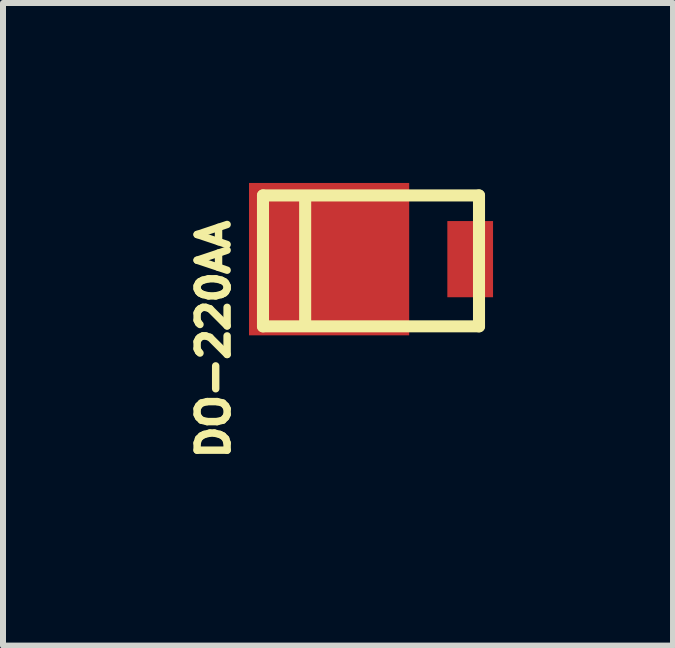
<source format=kicad_pcb>
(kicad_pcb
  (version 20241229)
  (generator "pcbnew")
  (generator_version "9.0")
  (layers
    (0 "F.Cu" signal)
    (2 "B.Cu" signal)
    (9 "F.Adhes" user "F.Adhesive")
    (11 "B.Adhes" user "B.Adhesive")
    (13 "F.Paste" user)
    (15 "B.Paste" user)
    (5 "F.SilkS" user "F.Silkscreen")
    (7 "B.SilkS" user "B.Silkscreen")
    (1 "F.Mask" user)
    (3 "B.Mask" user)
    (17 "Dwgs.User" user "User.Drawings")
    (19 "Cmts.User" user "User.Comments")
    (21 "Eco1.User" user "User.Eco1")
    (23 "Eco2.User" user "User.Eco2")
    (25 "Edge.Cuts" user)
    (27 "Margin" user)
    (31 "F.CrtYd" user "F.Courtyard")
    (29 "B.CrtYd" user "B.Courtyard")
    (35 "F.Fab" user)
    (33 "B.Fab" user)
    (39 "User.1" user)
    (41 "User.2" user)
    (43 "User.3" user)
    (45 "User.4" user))
  (footprint "DO-220AA"
    (layer "F.Cu")
    (at 2.436 1.27)
    (property "Reference" "DO-220AA" (at -1.925 1.339 90) (layer "F.SilkS") (effects (font (size 0.5 0.5) (thickness 0.124))))
    (attr smd)
    (fp_line (start -1.102 -1.062) (end 2.499 -1.062) (stroke (width 0.201) (type solid)) (layer "F.SilkS"))
    (fp_line (start -1.102 1.12) (end -1.102 -1.062) (stroke (width 0.201) (type solid)) (layer "F.SilkS"))
    (fp_line (start -0.399 -1.001) (end -0.399 1.1) (stroke (width 0.201) (type solid)) (layer "F.SilkS"))
    (fp_line (start 2.499 -1.062) (end 2.499 1.12) (stroke (width 0.201) (type solid)) (layer "F.SilkS"))
    (fp_line (start 2.499 1.12) (end -1.102 1.12) (stroke (width 0.201) (type solid)) (layer "F.SilkS"))
    (pad "1" smd rect (at 2.352 0) (size 0.762 1.27) (layers "F.Cu" "F.Mask" "F.Paste"))
    (pad "2" smd rect (at 0 0) (size 2.67 2.54) (layers "F.Cu" "F.Mask" "F.Paste")))
  (gr_rect
    (start -3 -3)
    (end 8.169 7.712)
    (stroke (width 0.1) (type default))
    (fill no)
    (layer "Edge.Cuts")))
</source>
